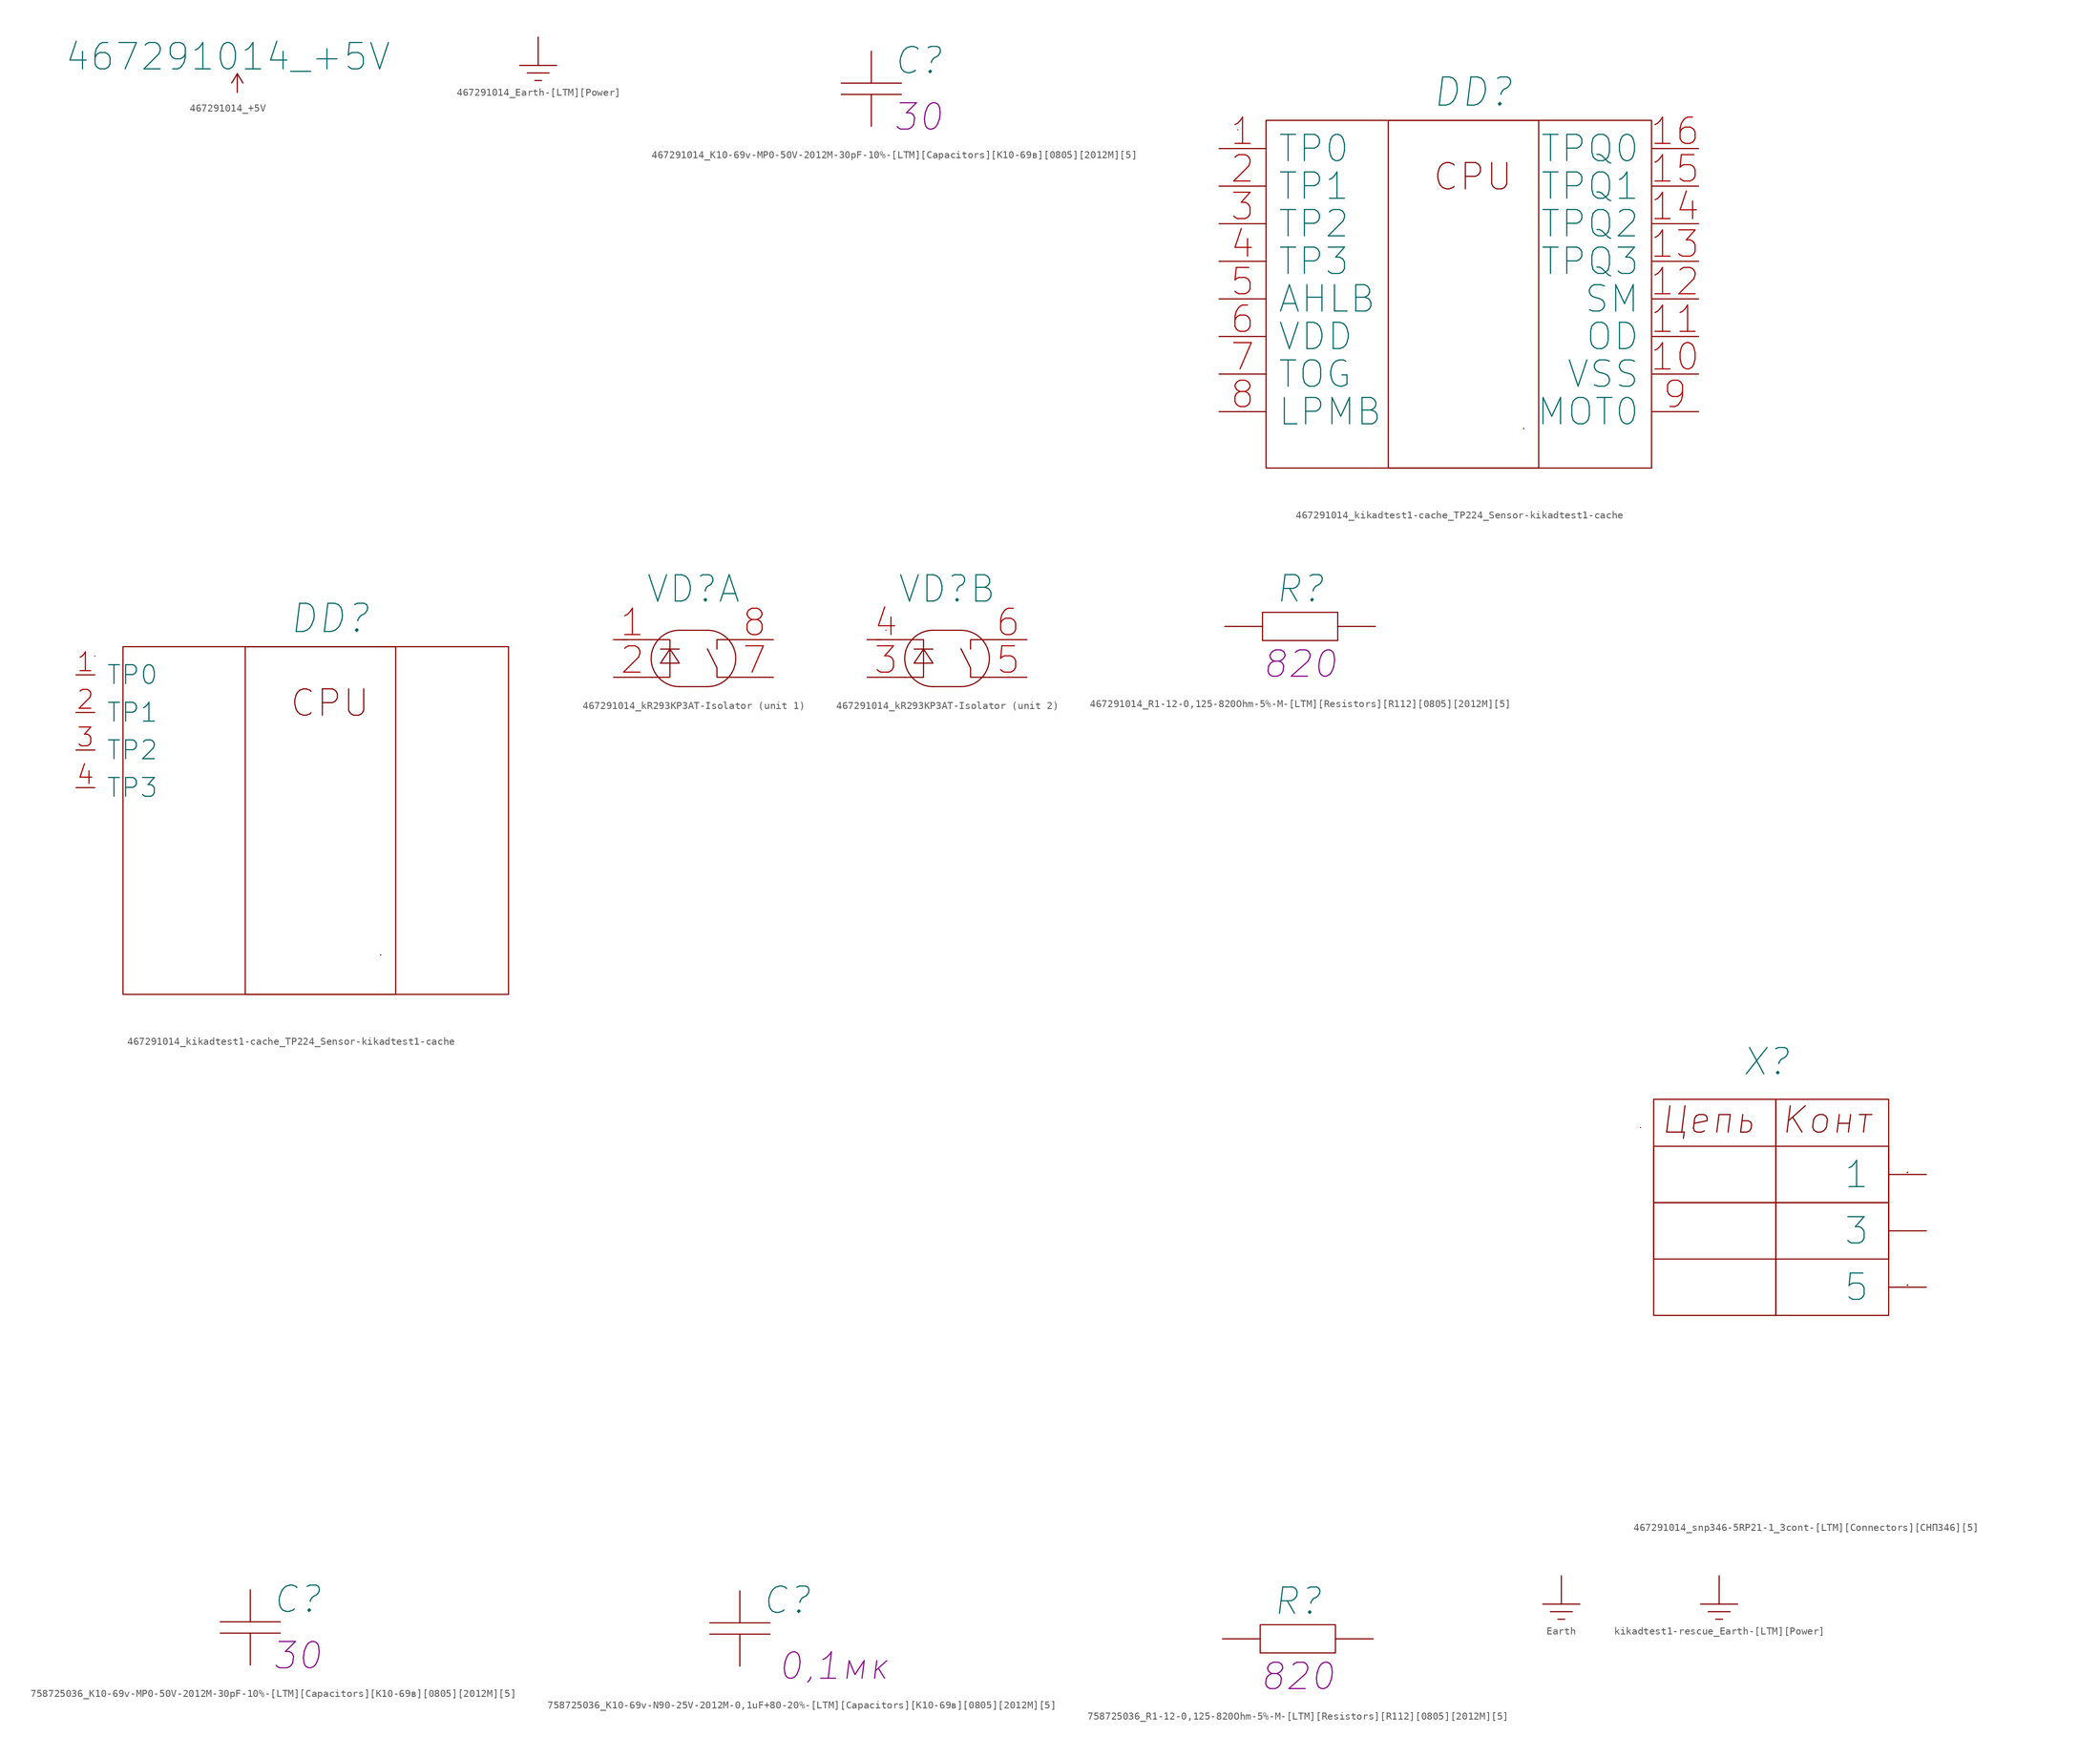
<source format=kicad_sym>
(kicad_symbol_lib
  (version 20200126)
  (host kicad_symbol_editor "(5.99.0-2385-g7067e42da)")
  (symbol "467291.014-cache:467291014_+5V"
    (power)
    (pin_names
      (offset 0))
    (property "Reference" "#PWR"
      (at 0 -3.81 0)
      (effects (font (size 1.27 1.27)) hide))
    (property "Value" "467291014_+5V"
      (at -1.27 4.826 0)
      (effects (font (size 3.556 3.556))))
    (symbol "467291014_+5V_0_1"
      (polyline (pts (xy -0.762 1.27) (xy 0 2.54)) (stroke (width 0)) (fill (type none)))
      (polyline (pts (xy 0 0) (xy 0 2.54)) (stroke (width 0)) (fill (type none)))
      (polyline (pts (xy 0 2.54) (xy 0.762 1.27)) (stroke (width 0)) (fill (type none))))
    (symbol "467291014_+5V_1_1"
      (pin power_in line (at 0 0 90) (length 0) hide (name "+5V" (effects (font (size 1.27 1.27)))) (number "1" (effects (font (size 1.27 1.27)))))))
  (symbol "467291.014-cache:467291014_Earth-[LTM][Power]"
    (power)
    (pin_numbers hide)
    (pin_names
      (offset 0) hide)
    (property "Reference" "#PWR"
      (at 0 1.27 0)
      (effects (font (size 1.524 1.524)) hide))
    (property "Footprint" ""
      (at 0 0 0)
      (effects (font (size 1.524 1.524))))
    (symbol "467291014_Earth-[LTM][Power]_0_1"
      (polyline (pts (xy -2.489 -3.81) (xy 2.489 -3.81)) (stroke (width 0)) (fill (type none)))
      (polyline (pts (xy -1.473 -4.826) (xy 1.473 -4.826)) (stroke (width 0)) (fill (type none)))
      (polyline (pts (xy -0.457 -5.842) (xy 0.457 -5.842)) (stroke (width 0)) (fill (type none)))
      (polyline (pts (xy 0 0) (xy 0 -3.81)) (stroke (width 0)) (fill (type none))))
    (symbol "467291014_Earth-[LTM][Power]_1_1"
      (pin power_in line (at 0 0 270) (length 0) hide (name "Earth" (effects (font (size 1.27 1.27)))) (number "1" (effects (font (size 1.27 1.27)))))))
  (symbol "467291.014-cache:467291014_K10-69v-MP0-50V-2012M-30pF-10%-[LTM][Capacitors][К10-69в][0805][2012M][5]"
    (pin_numbers hide)
    (pin_names
      (offset 0) hide)
    (property "Reference" "C"
      (at 6.35 -1.27 0)
      (effects (font (size 3.556 3.556) italic)))
    (property "ValueName" "30"
      (at 6.35 -8.89 0)
      (effects (font (size 3.556 3.556) italic)))
    (symbol "467291014_K10-69v-MP0-50V-2012M-30pF-10%-[LTM][Capacitors][К10-69в][0805][2012M][5]_0_1"
      (polyline (pts (xy -4.064 -5.842) (xy 4.064 -5.842)) (stroke (width 0)) (fill (type none)))
      (polyline (pts (xy -4.064 -4.318) (xy 4.064 -4.318)) (stroke (width 0)) (fill (type none))))
    (symbol "467291014_K10-69v-MP0-50V-2012M-30pF-10%-[LTM][Capacitors][К10-69в][0805][2012M][5]_1_1"
      (pin passive line (at 0 -10.16 90) (length 4.318) (name "~" (effects (font (size 2.54 2.54)))) (number "1" (effects (font (size 2.54 2.54)))))
      (pin passive line (at 0 0 270) (length 4.318) (name "~" (effects (font (size 2.54 2.54)))) (number "2" (effects (font (size 2.54 2.54)))))))
  (symbol "467291.014-cache:467291014_kikadtest1-cache_TP224_Sensor-kikadtest1-cache"
    (pin_names
      (offset 1.524))
    (property "Reference" "DD"
      (at 34.29 7.62 0)
      (effects (font (size 3.81 3.81) italic)))
    (symbol "467291014_kikadtest1-cache_TP224_Sensor-kikadtest1-cache_0_0"
      (text "CPU" (at 34.29 -3.81 0) (effects (font (size 3.556 3.556))))
      (rectangle (start 2.54 2.54) (end 2.54 2.54) (stroke (width 0)) (fill (type none)))
      (rectangle (start 6.35 -43.18) (end 58.42 3.81) (stroke (width 0)) (fill (type none)))
      (rectangle (start 22.86 -43.18) (end 43.18 3.81) (stroke (width 0)) (fill (type none)))
      (rectangle (start 41.148 -37.846) (end 41.148 -37.846) (stroke (width 0)) (fill (type none)))
      (rectangle (start 41.148 -37.846) (end 41.148 -37.846) (stroke (width 0)) (fill (type none))))
    (symbol "467291014_kikadtest1-cache_TP224_Sensor-kikadtest1-cache_0_1"
      (pin input line (at 64.77 -30.48 180) (length 6.35) (name "VSS" (effects (font (size 3.556 3.556)))) (number "10" (effects (font (size 3.556 3.556)))))
      (pin input line (at 64.77 -25.4 180) (length 6.35) (name "OD" (effects (font (size 3.556 3.556)))) (number "11" (effects (font (size 3.556 3.556)))))
      (pin input line (at 64.77 -20.32 180) (length 6.35) (name "SM" (effects (font (size 3.556 3.556)))) (number "12" (effects (font (size 3.556 3.556)))))
      (pin input line (at 64.77 -15.24 180) (length 6.35) (name "TPQ3" (effects (font (size 3.556 3.556)))) (number "13" (effects (font (size 3.556 3.556)))))
      (pin input line (at 64.77 -10.16 180) (length 6.35) (name "TPQ2" (effects (font (size 3.556 3.556)))) (number "14" (effects (font (size 3.556 3.556)))))
      (pin input line (at 64.77 -5.08 180) (length 6.35) (name "TPQ1" (effects (font (size 3.556 3.556)))) (number "15" (effects (font (size 3.556 3.556)))))
      (pin input line (at 64.77 0 180) (length 6.35) (name "TPQ0" (effects (font (size 3.556 3.556)))) (number "16" (effects (font (size 3.556 3.556)))))
      (pin input line (at 0 -5.08 0) (length 6.35) (name "TP1" (effects (font (size 3.556 3.556)))) (number "2" (effects (font (size 3.556 3.556)))))
      (pin input line (at 0 -10.16 0) (length 6.35) (name "TP2" (effects (font (size 3.556 3.556)))) (number "3" (effects (font (size 3.556 3.556)))))
      (pin input line (at 0 -15.24 0) (length 6.35) (name "TP3" (effects (font (size 3.556 3.556)))) (number "4" (effects (font (size 3.556 3.556)))))
      (pin input line (at 0 -20.32 0) (length 6.35) (name "AHLB" (effects (font (size 3.556 3.556)))) (number "5" (effects (font (size 3.556 3.556)))))
      (pin input line (at 0 -25.4 0) (length 6.35) (name "VDD" (effects (font (size 3.556 3.556)))) (number "6" (effects (font (size 3.556 3.556)))))
      (pin input line (at 0 -30.48 0) (length 6.35) (name "TOG" (effects (font (size 3.556 3.556)))) (number "7" (effects (font (size 3.556 3.556)))))
      (pin input line (at 0 -35.56 0) (length 6.35) (name "LPMB" (effects (font (size 3.556 3.556)))) (number "8" (effects (font (size 3.556 3.556)))))
      (pin input line (at 64.77 -35.56 180) (length 6.35) (name "MOT0" (effects (font (size 3.556 3.556)))) (number "9" (effects (font (size 3.556 3.556))))))
    (symbol "467291014_kikadtest1-cache_TP224_Sensor-kikadtest1-cache_1_1"
      (pin input line (at 0 0 0) (length 6.35) (name "TP0" (effects (font (size 3.556 3.556)))) (number "1" (effects (font (size 3.556 3.556))))))
    (symbol "467291014_kikadtest1-cache_TP224_Sensor-kikadtest1-cache_0_2"
      (pin input line (at 0 -5.08 0) (length 2.54) (name "TP1" (effects (font (size 2.54 2.54)))) (number "2" (effects (font (size 2.54 2.54)))))
      (pin input line (at 0 -10.16 0) (length 2.54) (name "TP2" (effects (font (size 2.54 2.54)))) (number "3" (effects (font (size 2.54 2.54)))))
      (pin input line (at 0 -15.24 0) (length 2.54) (name "TP3" (effects (font (size 2.54 2.54)))) (number "4" (effects (font (size 2.54 2.54))))))
    (symbol "467291014_kikadtest1-cache_TP224_Sensor-kikadtest1-cache_1_2"
      (pin input line (at 0 0 0) (length 2.54) (name "TP0" (effects (font (size 2.54 2.54)))) (number "1" (effects (font (size 2.54 2.54)))))))
  (symbol "467291.014-cache:467291014_kR293KP3AT-Isolator"
    (property "Reference" "VD"
      (at 10.795 6.858 0)
      (effects (font (size 3.556 3.556))))
    (symbol "467291014_kR293KP3AT-Isolator_0_1"
      (arc (start 8.89 1.27) (end 8.89 -6.35) (radius (at 8.89 -2.54) (length 3.81) (angles 90.1 -90.1)) (stroke (width 0)) (fill (type none)))
      (arc (start 12.7 -6.35) (end 12.7 1.27) (radius (at 12.7 -2.54) (length 3.81) (angles -89.9 89.9)) (stroke (width 0)) (fill (type none)))
      (polyline (pts (xy 1.27 0) (xy 1.27 0)) (stroke (width 0)) (fill (type none)))
      (polyline (pts (xy 1.27 0) (xy 1.27 0)) (stroke (width 0)) (fill (type none)))
      (polyline (pts (xy 1.905 0) (xy 1.27 0)) (stroke (width 0)) (fill (type none)))
      (polyline (pts (xy 2.54 1.27) (xy 2.54 1.27)) (stroke (width 0)) (fill (type none)))
      (polyline (pts (xy 4.445 0) (xy 4.445 0)) (stroke (width 0)) (fill (type none)))
      (polyline (pts (xy 4.445 0) (xy 4.445 0)) (stroke (width 0)) (fill (type none)))
      (polyline (pts (xy 6.35 -3.175) (xy 6.35 -3.175)) (stroke (width 0)) (fill (type none)))
      (polyline (pts (xy 6.35 -1.27) (xy 8.89 -1.27)) (stroke (width 0)) (fill (type none)))
      (polyline (pts (xy 7.62 -1.27) (xy 6.35 -3.175)) (stroke (width 0)) (fill (type none)))
      (polyline (pts (xy 7.62 -1.27) (xy 7.62 -3.81)) (stroke (width 0)) (fill (type none)))
      (polyline (pts (xy 7.62 -1.27) (xy 7.62 -1.27)) (stroke (width 0)) (fill (type none)))
      (polyline (pts (xy 8.89 -6.35) (xy 8.89 -6.35)) (stroke (width 0)) (fill (type none)))
      (polyline (pts (xy 8.89 -6.35) (xy 12.7 -6.35)) (stroke (width 0)) (fill (type none)))
      (polyline (pts (xy 8.89 -3.175) (xy 6.35 -3.175)) (stroke (width 0)) (fill (type none)))
      (polyline (pts (xy 8.89 -3.175) (xy 7.62 -1.27)) (stroke (width 0)) (fill (type none)))
      (polyline (pts (xy 12.7 -1.27) (xy 12.7 -1.27)) (stroke (width 0)) (fill (type none)))
      (polyline (pts (xy 12.7 -1.27) (xy 12.7 -1.27)) (stroke (width 0)) (fill (type none)))
      (polyline (pts (xy 12.7 -1.27) (xy 12.7 -1.27)) (stroke (width 0)) (fill (type none)))
      (polyline (pts (xy 12.7 -1.27) (xy 12.7 -1.27)) (stroke (width 0)) (fill (type none)))
      (polyline (pts (xy 12.7 -1.27) (xy 12.7 -1.27)) (stroke (width 0)) (fill (type none)))
      (polyline (pts (xy 12.7 -1.27) (xy 12.7 -1.27)) (stroke (width 0)) (fill (type none)))
      (polyline (pts (xy 12.7 1.27) (xy 8.89 1.27)) (stroke (width 0)) (fill (type none)))
      (polyline (pts (xy 13.97 -3.81) (xy 12.7 -1.27)) (stroke (width 0)) (fill (type none)))
      (polyline (pts (xy 5.08 -5.08) (xy 7.62 -5.08) (xy 7.62 -3.81)) (stroke (width 0)) (fill (type none)))
      (polyline (pts (xy 5.08 0) (xy 7.62 0) (xy 7.62 -1.27)) (stroke (width 0)) (fill (type none)))
      (polyline (pts (xy 16.51 -5.08) (xy 13.97 -5.08) (xy 13.97 -3.81)) (stroke (width 0)) (fill (type none)))
      (polyline (pts (xy 16.51 0) (xy 13.97 0) (xy 13.97 -1.27)) (stroke (width 0)) (fill (type none))))
    (symbol "467291014_kR293KP3AT-Isolator_1_1"
      (pin input line (at 0 0 0) (length 5.08) (name "~" (effects (font (size 3.556 3.556)))) (number "1" (effects (font (size 3.556 3.556)))))
      (pin input line (at 0 -5.08 0) (length 5.08) (name "~" (effects (font (size 3.556 3.556)))) (number "2" (effects (font (size 3.556 3.556)))))
      (pin input line (at 21.59 -5.08 180) (length 5.08) (name "~" (effects (font (size 3.556 3.556)))) (number "7" (effects (font (size 3.556 3.556)))))
      (pin input line (at 21.59 0 180) (length 5.08) (name "~" (effects (font (size 3.556 3.556)))) (number "8" (effects (font (size 3.556 3.556))))))
    (symbol "467291014_kR293KP3AT-Isolator_2_1"
      (pin input line (at 0 -5.08 0) (length 5.08) (name "~" (effects (font (size 3.556 3.556)))) (number "3" (effects (font (size 3.556 3.556)))))
      (pin input line (at 0 0 0) (length 5.08) (name "~" (effects (font (size 3.556 3.556)))) (number "4" (effects (font (size 3.556 3.556)))))
      (pin input line (at 21.59 -5.08 180) (length 5.08) (name "~" (effects (font (size 3.556 3.556)))) (number "5" (effects (font (size 3.556 3.556)))))
      (pin input line (at 21.59 0 180) (length 5.08) (name "~" (effects (font (size 3.556 3.556)))) (number "6" (effects (font (size 3.556 3.556)))))))
  (symbol "467291.014-cache:467291014_R1-12-0,125-820Ohm-5%-M-[LTM][Resistors][R112][0805][2012M][5]"
    (pin_numbers hide)
    (pin_names
      (offset 0) hide)
    (property "Reference" "R"
      (at 0 5.08 0)
      (effects (font (size 3.556 3.556) italic)))
    (property "ValueName" "820"
      (at 0 -5.08 0)
      (effects (font (size 3.556 3.556) italic)))
    (symbol "467291014_R1-12-0,125-820Ohm-5%-M-[LTM][Resistors][R112][0805][2012M][5]_0_1"
      (rectangle (start -5.08 1.905) (end 5.08 -1.905) (stroke (width 0)) (fill (type none))))
    (symbol "467291014_R1-12-0,125-820Ohm-5%-M-[LTM][Resistors][R112][0805][2012M][5]_1_1"
      (pin passive line (at -10.16 0 0) (length 5.08) (name "~" (effects (font (size 2.54 2.54)))) (number "1" (effects (font (size 2.54 2.54)))))
      (pin passive line (at 10.16 0 180) (length 5.08) (name "~" (effects (font (size 2.54 2.54)))) (number "2" (effects (font (size 2.54 2.54)))))))
  (symbol "467291.014-cache:467291014_snp346-5RP21-1_3cont-[LTM][Connectors][СНП346][5]"
    (pin_names
      (offset 2.54))
    (property "Reference" "X"
      (at -21.59 15.24 0)
      (effects (font (size 3.556 3.556) italic)))
    (property "PIN1" "  "
      (at -8.89 5.334 0)
      (effects (font (size 2.007 2.007) italic)))
    (property "PIN2" "   "
      (at -41.91 0 0)
      (effects (font (size 2.007 2.007) italic)))
    (property "PIN3" " "
      (at -41.91 -5.08 0)
      (effects (font (size 2.007 2.007) italic)))
    (property "PIN4" "  "
      (at -44.45 71.12 0)
      (effects (font (size 2.007 2.007) italic)))
    (property "PIN5" " "
      (at -44.45 66.04 0)
      (effects (font (size 2.007 2.007) italic)))
    (symbol "467291014_snp346-5RP21-1_3cont-[LTM][Connectors][СНП346][5]_1_1"
      (text " " (at 9.906 -12.7 0) (effects (font (size 2.007 2.007) italic)))
      (text " " (at 9.906 -7.62 0) (effects (font (size 2.007 2.007) italic)))
      (text " " (at 9.906 -2.54 0) (effects (font (size 2.007 2.007) italic)))
      (text " " (at 9.906 2.54 0) (effects (font (size 2.007 2.007) italic)))
      (text " " (at 9.906 17.78 0) (effects (font (size 2.007 2.007) italic)))
      (text " " (at 12.446 -34.29 0) (effects (font (size 2.007 2.007) italic)))
      (text " " (at 12.446 -29.21 0) (effects (font (size 2.007 2.007) italic)))
      (text " " (at 12.446 -24.13 0) (effects (font (size 2.007 2.007) italic)))
      (text "Конт" (at -13.462 7.366 0) (effects (font (size 3.556 3.556) italic)))
      (text "Цепь" (at -29.464 7.366 0) (effects (font (size 3.556 3.556) italic)))
      (rectangle (start -38.608 6.35) (end -38.608 6.35) (stroke (width 0)) (fill (type none)))
      (rectangle (start -36.83 -3.81) (end -5.08 -11.43) (stroke (width 0)) (fill (type none)))
      (rectangle (start -36.83 3.81) (end -5.08 -3.81) (stroke (width 0)) (fill (type none)))
      (rectangle (start -36.83 10.16) (end -20.32 -19.05) (stroke (width 0)) (fill (type none)))
      (rectangle (start -20.32 10.16) (end -5.08 -19.05) (stroke (width 0)) (fill (type none))))
    (symbol "467291014_snp346-5RP21-1_3cont-[LTM][Connectors][СНП346][5]_0_0"
      (pin passive line (at 0 0 180) (length 5.08) (name "1" (effects (font (size 3.556 3.556)))) (number "1" (effects (font (size 0.025 0.025)))))
      (pin passive line (at 0 -7.62 180) (length 5.08) (name "3" (effects (font (size 3.556 3.556)))) (number "3" (effects (font (size 0 0)))))
      (pin passive line (at 0 -15.24 180) (length 5.08) (name "5" (effects (font (size 3.556 3.556)))) (number "5" (effects (font (size 0.025 0.025)))))))
  (symbol "467291.014-cache:758725036_K10-69v-MP0-50V-2012M-30pF-10%-[LTM][Capacitors][К10-69в][0805][2012M][5]"
    (pin_numbers hide)
    (pin_names
      (offset 0) hide)
    (property "Reference" "C"
      (at 6.35 3.81 0)
      (effects (font (size 3.556 3.556) italic)))
    (property "ValueName" "30"
      (at 6.35 -3.81 0)
      (effects (font (size 3.556 3.556) italic)))
    (symbol "758725036_K10-69v-MP0-50V-2012M-30pF-10%-[LTM][Capacitors][К10-69в][0805][2012M][5]_0_1"
      (polyline (pts (xy -4.064 -0.762) (xy 4.064 -0.762)) (stroke (width 0)) (fill (type none)))
      (polyline (pts (xy -4.064 0.762) (xy 4.064 0.762)) (stroke (width 0)) (fill (type none))))
    (symbol "758725036_K10-69v-MP0-50V-2012M-30pF-10%-[LTM][Capacitors][К10-69в][0805][2012M][5]_1_1"
      (pin passive line (at 0 -5.08 90) (length 4.318) (name "~" (effects (font (size 2.54 2.54)))) (number "1" (effects (font (size 2.54 2.54)))))
      (pin passive line (at 0 5.08 270) (length 4.318) (name "~" (effects (font (size 2.54 2.54)))) (number "2" (effects (font (size 2.54 2.54)))))))
  (symbol "467291.014-cache:758725036_K10-69v-N90-25V-2012M-0,1uF+80-20%-[LTM][Capacitors][К10-69в][0805][2012M][5]"
    (pin_numbers hide)
    (pin_names
      (offset 0) hide)
    (property "Reference" "C"
      (at 6.35 3.81 0)
      (effects (font (size 3.556 3.556) italic)))
    (property "ValueName" "0,1мк"
      (at 12.7 -5.08 0)
      (effects (font (size 3.556 3.556) italic)))
    (symbol "758725036_K10-69v-N90-25V-2012M-0,1uF+80-20%-[LTM][Capacitors][К10-69в][0805][2012M][5]_0_1"
      (polyline (pts (xy -4.064 -0.762) (xy 4.064 -0.762)) (stroke (width 0)) (fill (type none)))
      (polyline (pts (xy -4.064 0.762) (xy 4.064 0.762)) (stroke (width 0)) (fill (type none))))
    (symbol "758725036_K10-69v-N90-25V-2012M-0,1uF+80-20%-[LTM][Capacitors][К10-69в][0805][2012M][5]_1_1"
      (pin passive line (at 0 -5.08 90) (length 4.318) (name "~" (effects (font (size 2.54 2.54)))) (number "1" (effects (font (size 2.54 2.54)))))
      (pin passive line (at 0 5.08 270) (length 4.318) (name "~" (effects (font (size 2.54 2.54)))) (number "2" (effects (font (size 2.54 2.54)))))))
  (symbol "467291.014-cache:758725036_R1-12-0,125-820Ohm-5%-M-[LTM][Resistors][R112][0805][2012M][5]"
    (pin_numbers hide)
    (pin_names
      (offset 0) hide)
    (property "Reference" "R"
      (at 0 5.08 0)
      (effects (font (size 3.556 3.556) italic)))
    (property "ValueName" "820"
      (at 0 -5.08 0)
      (effects (font (size 3.556 3.556) italic)))
    (symbol "758725036_R1-12-0,125-820Ohm-5%-M-[LTM][Resistors][R112][0805][2012M][5]_0_1"
      (rectangle (start -5.08 1.905) (end 5.08 -1.905) (stroke (width 0)) (fill (type none))))
    (symbol "758725036_R1-12-0,125-820Ohm-5%-M-[LTM][Resistors][R112][0805][2012M][5]_1_1"
      (pin passive line (at -10.16 0 0) (length 5.08) (name "~" (effects (font (size 2.54 2.54)))) (number "1" (effects (font (size 2.54 2.54)))))
      (pin passive line (at 10.16 0 180) (length 5.08) (name "~" (effects (font (size 2.54 2.54)))) (number "2" (effects (font (size 2.54 2.54)))))))
  (symbol "467291.014-cache:Earth"
    (power)
    (pin_numbers hide)
    (pin_names
      (offset 0) hide)
    (property "Reference" "#PWR"
      (at 0 1.27 0)
      (effects (font (size 1.524 1.524)) hide))
    (property "Footprint" ""
      (at 0 0 0)
      (effects (font (size 1.524 1.524))))
    (symbol "Earth_0_1"
      (polyline (pts (xy -2.489 -3.81) (xy 2.489 -3.81)) (stroke (width 0)) (fill (type none)))
      (polyline (pts (xy -1.473 -4.826) (xy 1.473 -4.826)) (stroke (width 0)) (fill (type none)))
      (polyline (pts (xy -0.457 -5.842) (xy 0.457 -5.842)) (stroke (width 0)) (fill (type none)))
      (polyline (pts (xy 0 0) (xy 0 -3.81)) (stroke (width 0)) (fill (type none))))
    (symbol "Earth_1_1"
      (pin power_in line (at 0 0 270) (length 0) hide (name "Earth" (effects (font (size 1.27 1.27)))) (number "1" (effects (font (size 1.27 1.27)))))))
  (symbol "467291.014-cache:kikadtest1-rescue_Earth-[LTM][Power]"
    (power)
    (pin_numbers hide)
    (pin_names
      (offset 0) hide)
    (property "Reference" "#PWR"
      (at 0 1.27 0)
      (effects (font (size 1.524 1.524)) hide))
    (property "Footprint" ""
      (at 0 0 0)
      (effects (font (size 1.524 1.524))))
    (symbol "kikadtest1-rescue_Earth-[LTM][Power]_0_1"
      (polyline (pts (xy -2.489 -3.81) (xy 2.489 -3.81)) (stroke (width 0)) (fill (type none)))
      (polyline (pts (xy -1.473 -4.826) (xy 1.473 -4.826)) (stroke (width 0)) (fill (type none)))
      (polyline (pts (xy -0.457 -5.842) (xy 0.457 -5.842)) (stroke (width 0)) (fill (type none)))
      (polyline (pts (xy 0 0) (xy 0 -3.81)) (stroke (width 0)) (fill (type none))))
    (symbol "kikadtest1-rescue_Earth-[LTM][Power]_1_1"
      (pin power_in line (at 0 0 270) (length 0) hide (name "Earth" (effects (font (size 1.27 1.27)))) (number "1" (effects (font (size 1.27 1.27))))))))
</source>
